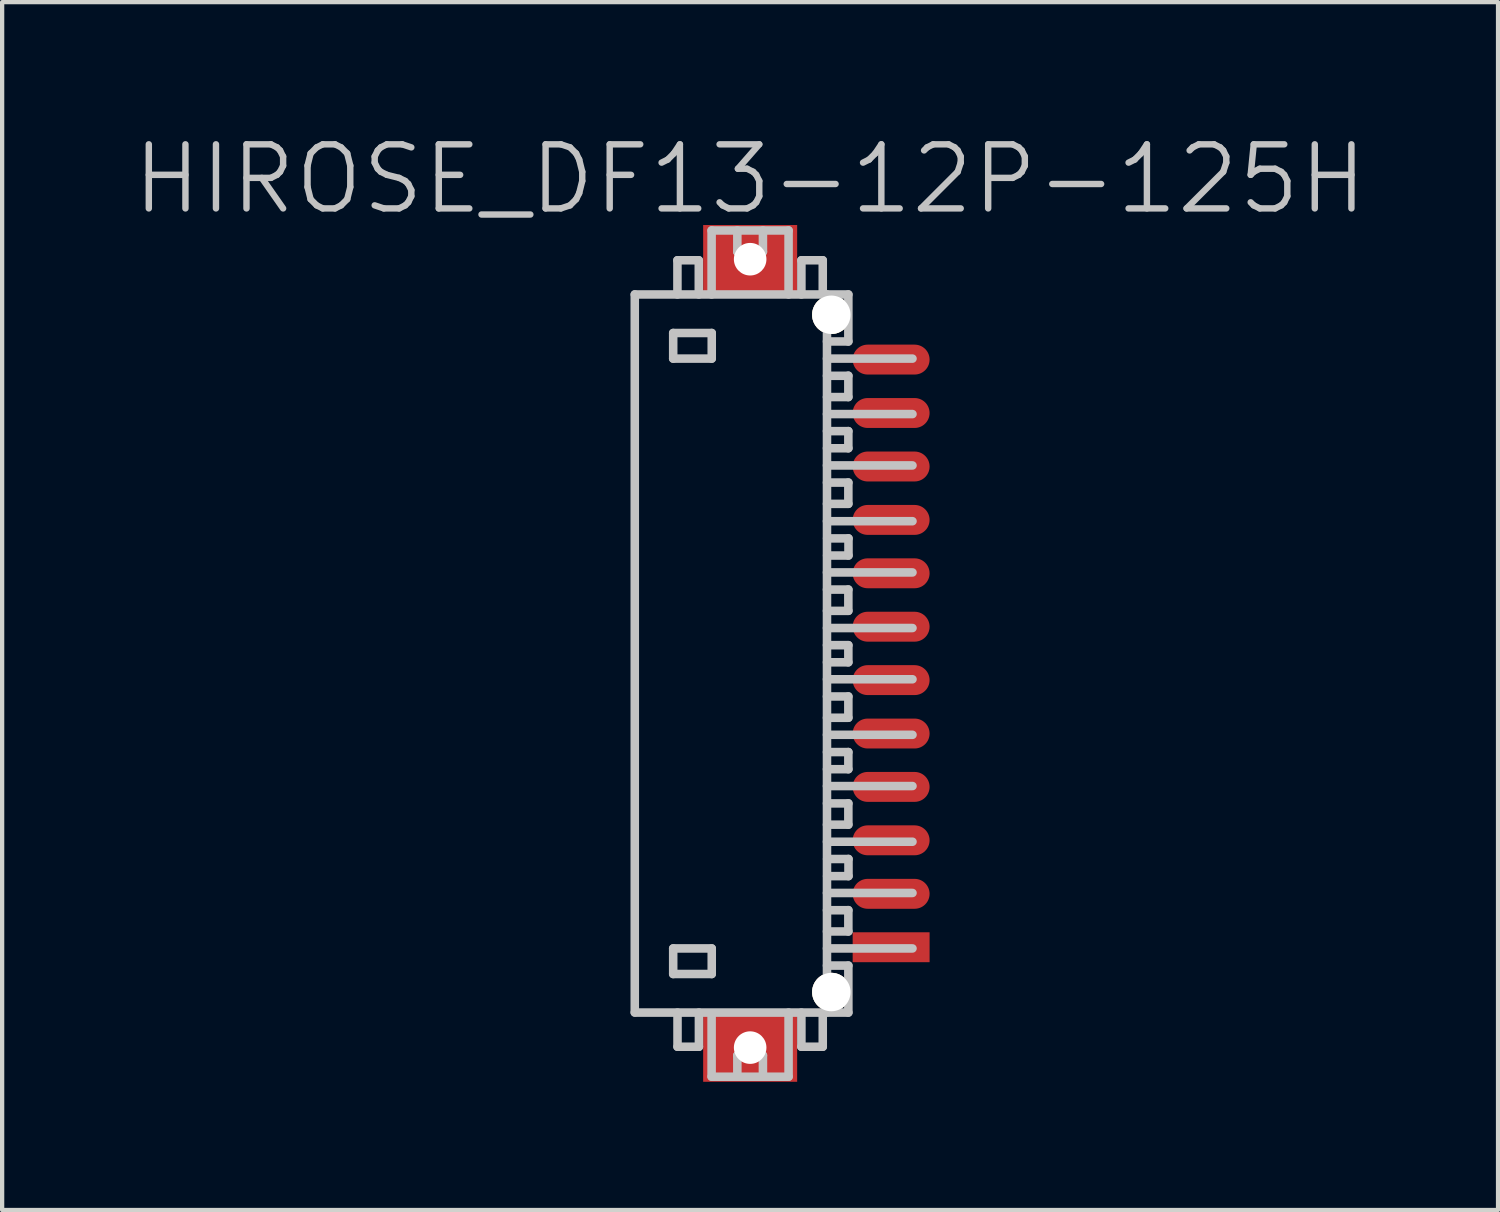
<source format=kicad_pcb>
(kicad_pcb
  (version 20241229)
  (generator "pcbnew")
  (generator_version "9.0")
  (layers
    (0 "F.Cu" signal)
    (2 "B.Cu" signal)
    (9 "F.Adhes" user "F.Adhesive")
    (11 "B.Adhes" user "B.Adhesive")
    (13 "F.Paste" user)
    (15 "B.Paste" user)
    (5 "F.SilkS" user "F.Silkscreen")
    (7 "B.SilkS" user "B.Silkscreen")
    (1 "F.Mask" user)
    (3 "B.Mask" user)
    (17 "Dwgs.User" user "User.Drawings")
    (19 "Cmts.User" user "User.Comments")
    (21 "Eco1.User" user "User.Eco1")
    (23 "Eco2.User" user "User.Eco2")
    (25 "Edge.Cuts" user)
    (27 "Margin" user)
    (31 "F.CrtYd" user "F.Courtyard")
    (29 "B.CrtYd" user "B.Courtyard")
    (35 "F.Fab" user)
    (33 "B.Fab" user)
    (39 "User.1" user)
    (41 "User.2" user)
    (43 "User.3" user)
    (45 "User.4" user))
  (footprint "HIROSE_DF13-12P-125H"
    (layer "F.Cu")
    (at 14.504 12.241)
    (property "Reference" "HIROSE_DF13-12P-125H" (at 0 -11.1 180) (layer "Dwgs.User") (effects (font (size 1.5 1.5) (thickness 0.15))))
    (attr smd)
    (fp_line (start -2.699 -8.4) (end 2.299 -8.4) (stroke (width 0.2) (type solid)) (layer "Dwgs.User"))
    (fp_line (start -2.699 8.4) (end -2.699 -8.4) (stroke (width 0.2) (type solid)) (layer "Dwgs.User"))
    (fp_line (start -1.8 -7.498) (end -1.8 -6.899) (stroke (width 0.2) (type solid)) (layer "Dwgs.User"))
    (fp_line (start -1.8 -6.899) (end -0.898 -6.899) (stroke (width 0.2) (type solid)) (layer "Dwgs.User"))
    (fp_line (start -1.8 6.904) (end -0.898 6.904) (stroke (width 0.2) (type solid)) (layer "Dwgs.User"))
    (fp_line (start -1.8 7.503) (end -1.8 6.904) (stroke (width 0.2) (type solid)) (layer "Dwgs.User"))
    (fp_line (start -1.701 -9.2) (end -1.701 -8.4) (stroke (width 0.2) (type solid)) (layer "Dwgs.User"))
    (fp_line (start -1.699 9.205) (end -1.699 8.405) (stroke (width 0.2) (type solid)) (layer "Dwgs.User"))
    (fp_line (start -1.201 -9.2) (end -1.701 -9.2) (stroke (width 0.2) (type solid)) (layer "Dwgs.User"))
    (fp_line (start -1.201 -8.4) (end -1.201 -9.2) (stroke (width 0.2) (type solid)) (layer "Dwgs.User"))
    (fp_line (start -1.198 8.405) (end -1.198 9.205) (stroke (width 0.2) (type solid)) (layer "Dwgs.User"))
    (fp_line (start -1.198 9.205) (end -1.699 9.205) (stroke (width 0.2) (type solid)) (layer "Dwgs.User"))
    (fp_line (start -0.901 -9.898) (end -0.901 -8.4) (stroke (width 0.2) (type solid)) (layer "Dwgs.User"))
    (fp_line (start -0.901 9.903) (end -0.901 8.504) (stroke (width 0.2) (type solid)) (layer "Dwgs.User"))
    (fp_line (start -0.898 -7.498) (end -1.8 -7.498) (stroke (width 0.2) (type solid)) (layer "Dwgs.User"))
    (fp_line (start -0.898 -6.899) (end -0.898 -7.498) (stroke (width 0.2) (type solid)) (layer "Dwgs.User"))
    (fp_line (start -0.898 6.904) (end -0.898 7.503) (stroke (width 0.2) (type solid)) (layer "Dwgs.User"))
    (fp_line (start -0.898 7.503) (end -1.8 7.503) (stroke (width 0.2) (type solid)) (layer "Dwgs.User"))
    (fp_line (start -0.299 -9.398) (end -0.299 -9.898) (stroke (width 0.2) (type solid)) (layer "Dwgs.User"))
    (fp_line (start -0.299 -9.398) (end 0.3 -9.398) (stroke (width 0.2) (type solid)) (layer "Dwgs.User"))
    (fp_line (start -0.299 9.406) (end 0.3 9.406) (stroke (width 0.2) (type solid)) (layer "Dwgs.User"))
    (fp_line (start -0.299 9.906) (end -0.299 9.406) (stroke (width 0.2) (type solid)) (layer "Dwgs.User"))
    (fp_line (start 0.3 -9.398) (end 0.3 -9.898) (stroke (width 0.2) (type solid)) (layer "Dwgs.User"))
    (fp_line (start 0.3 9.906) (end 0.3 9.406) (stroke (width 0.2) (type solid)) (layer "Dwgs.User"))
    (fp_line (start 0.9 -9.898) (end -0.901 -9.898) (stroke (width 0.2) (type solid)) (layer "Dwgs.User"))
    (fp_line (start 0.9 -8.4) (end 0.9 -9.898) (stroke (width 0.2) (type solid)) (layer "Dwgs.User"))
    (fp_line (start 0.9 9.903) (end 0.9 8.405) (stroke (width 0.2) (type solid)) (layer "Dwgs.User"))
    (fp_line (start 0.9 9.906) (end -0.901 9.906) (stroke (width 0.2) (type solid)) (layer "Dwgs.User"))
    (fp_line (start 1.2 -8.4) (end 1.2 -9.2) (stroke (width 0.2) (type solid)) (layer "Dwgs.User"))
    (fp_line (start 1.2 9.205) (end 1.2 8.405) (stroke (width 0.2) (type solid)) (layer "Dwgs.User"))
    (fp_line (start 1.7 -9.2) (end 1.2 -9.2) (stroke (width 0.2) (type solid)) (layer "Dwgs.User"))
    (fp_line (start 1.7 -9.2) (end 1.7 -8.4) (stroke (width 0.2) (type solid)) (layer "Dwgs.User"))
    (fp_line (start 1.7 8.405) (end 1.7 9.205) (stroke (width 0.2) (type solid)) (layer "Dwgs.User"))
    (fp_line (start 1.7 9.205) (end 1.2 9.205) (stroke (width 0.2) (type solid)) (layer "Dwgs.User"))
    (fp_line (start 1.799 -6.497) (end 2.299 -6.497) (stroke (width 0.2) (type solid)) (layer "Dwgs.User"))
    (fp_line (start 1.799 -5.601) (end 3.8 -5.601) (stroke (width 0.2) (type solid)) (layer "Dwgs.User"))
    (fp_line (start 1.799 -4.399) (end 3.8 -4.399) (stroke (width 0.2) (type solid)) (layer "Dwgs.User"))
    (fp_line (start 1.799 -3.998) (end 2.299 -3.998) (stroke (width 0.2) (type solid)) (layer "Dwgs.User"))
    (fp_line (start 1.799 -3.094) (end 3.8 -3.094) (stroke (width 0.2) (type solid)) (layer "Dwgs.User"))
    (fp_line (start 1.799 -1.895) (end 3.8 -1.895) (stroke (width 0.2) (type solid)) (layer "Dwgs.User"))
    (fp_line (start 1.799 -1.494) (end 2.299 -1.494) (stroke (width 0.2) (type solid)) (layer "Dwgs.User"))
    (fp_line (start 1.799 -0.594) (end 3.8 -0.594) (stroke (width 0.2) (type solid)) (layer "Dwgs.User"))
    (fp_line (start 1.799 0.605) (end 3.8 0.605) (stroke (width 0.2) (type solid)) (layer "Dwgs.User"))
    (fp_line (start 1.799 1.008) (end 2.299 1.008) (stroke (width 0.2) (type solid)) (layer "Dwgs.User"))
    (fp_line (start 1.799 1.905) (end 3.8 1.905) (stroke (width 0.2) (type solid)) (layer "Dwgs.User"))
    (fp_line (start 1.799 3.104) (end 3.8 3.104) (stroke (width 0.2) (type solid)) (layer "Dwgs.User"))
    (fp_line (start 1.799 3.51) (end 2.299 3.51) (stroke (width 0.2) (type solid)) (layer "Dwgs.User"))
    (fp_line (start 1.799 4.407) (end 3.8 4.407) (stroke (width 0.2) (type solid)) (layer "Dwgs.User"))
    (fp_line (start 1.799 5.606) (end 3.8 5.606) (stroke (width 0.2) (type solid)) (layer "Dwgs.User"))
    (fp_line (start 1.799 6.01) (end 2.299 6.01) (stroke (width 0.2) (type solid)) (layer "Dwgs.User"))
    (fp_line (start 1.799 6.904) (end 3.8 6.904) (stroke (width 0.2) (type solid)) (layer "Dwgs.User"))
    (fp_line (start 1.799 8.4) (end 1.799 -8.4) (stroke (width 0.2) (type solid)) (layer "Dwgs.User"))
    (fp_line (start 2.299 -7.3) (end 1.799 -7.3) (stroke (width 0.2) (type solid)) (layer "Dwgs.User"))
    (fp_line (start 2.299 -7.3) (end 2.299 -8.4) (stroke (width 0.2) (type solid)) (layer "Dwgs.User"))
    (fp_line (start 2.299 -6.5) (end 2.299 -5.999) (stroke (width 0.2) (type solid)) (layer "Dwgs.User"))
    (fp_line (start 2.299 -5.999) (end 1.799 -5.999) (stroke (width 0.2) (type solid)) (layer "Dwgs.User"))
    (fp_line (start 2.299 -5.202) (end 1.799 -5.202) (stroke (width 0.2) (type solid)) (layer "Dwgs.User"))
    (fp_line (start 2.299 -4.801) (end 1.799 -4.801) (stroke (width 0.2) (type solid)) (layer "Dwgs.User"))
    (fp_line (start 2.299 -4.801) (end 2.299 -5.202) (stroke (width 0.2) (type solid)) (layer "Dwgs.User"))
    (fp_line (start 2.299 -4) (end 2.299 -3.5) (stroke (width 0.2) (type solid)) (layer "Dwgs.User"))
    (fp_line (start 2.299 -3.5) (end 1.799 -3.5) (stroke (width 0.2) (type solid)) (layer "Dwgs.User"))
    (fp_line (start 2.299 -1.496) (end 2.299 -0.996) (stroke (width 0.2) (type solid)) (layer "Dwgs.User"))
    (fp_line (start 2.299 -0.996) (end 1.799 -0.996) (stroke (width 0.2) (type solid)) (layer "Dwgs.User"))
    (fp_line (start 2.299 -0.193) (end 1.799 -0.193) (stroke (width 0.2) (type solid)) (layer "Dwgs.User"))
    (fp_line (start 2.299 0.208) (end 1.799 0.208) (stroke (width 0.2) (type solid)) (layer "Dwgs.User"))
    (fp_line (start 2.299 0.208) (end 2.299 -0.193) (stroke (width 0.2) (type solid)) (layer "Dwgs.User"))
    (fp_line (start 2.299 1.006) (end 2.299 1.506) (stroke (width 0.2) (type solid)) (layer "Dwgs.User"))
    (fp_line (start 2.299 1.506) (end 1.799 1.506) (stroke (width 0.2) (type solid)) (layer "Dwgs.User"))
    (fp_line (start 2.299 2.309) (end 1.799 2.309) (stroke (width 0.2) (type solid)) (layer "Dwgs.User"))
    (fp_line (start 2.299 2.71) (end 1.799 2.71) (stroke (width 0.2) (type solid)) (layer "Dwgs.User"))
    (fp_line (start 2.299 2.71) (end 2.299 2.309) (stroke (width 0.2) (type solid)) (layer "Dwgs.User"))
    (fp_line (start 2.299 3.508) (end 2.299 4.008) (stroke (width 0.2) (type solid)) (layer "Dwgs.User"))
    (fp_line (start 2.299 4.008) (end 1.799 4.008) (stroke (width 0.2) (type solid)) (layer "Dwgs.User"))
    (fp_line (start 2.299 6.007) (end 2.299 6.507) (stroke (width 0.2) (type solid)) (layer "Dwgs.User"))
    (fp_line (start 2.299 6.507) (end 1.799 6.507) (stroke (width 0.2) (type solid)) (layer "Dwgs.User"))
    (fp_line (start 2.299 7.305) (end 1.799 7.305) (stroke (width 0.2) (type solid)) (layer "Dwgs.User"))
    (fp_line (start 2.299 8.405) (end -2.699 8.405) (stroke (width 0.2) (type solid)) (layer "Dwgs.User"))
    (fp_line (start 2.299 8.405) (end 2.299 7.305) (stroke (width 0.2) (type solid)) (layer "Dwgs.User"))
    (fp_line (start 2.302 -2.692) (end 1.802 -2.692) (stroke (width 0.2) (type solid)) (layer "Dwgs.User"))
    (fp_line (start 2.302 -2.291) (end 1.802 -2.291) (stroke (width 0.2) (type solid)) (layer "Dwgs.User"))
    (fp_line (start 2.302 -2.291) (end 2.302 -2.692) (stroke (width 0.2) (type solid)) (layer "Dwgs.User"))
    (fp_line (start 2.302 4.811) (end 1.802 4.811) (stroke (width 0.2) (type solid)) (layer "Dwgs.User"))
    (fp_line (start 2.302 5.212) (end 1.802 5.212) (stroke (width 0.2) (type solid)) (layer "Dwgs.User"))
    (fp_line (start 2.302 5.212) (end 2.302 4.811) (stroke (width 0.2) (type solid)) (layer "Dwgs.User"))
    (fp_line (start 3.8 -6.899) (end 1.799 -6.899) (stroke (width 0.2) (type solid)) (layer "Dwgs.User"))
    (pad "" np_thru_hole rect (at 0.001 -9.225 270) (size 1.6 2.2) (drill 0.762) (layers "F.Cu" "F.Mask" "F.Paste"))
    (pad "" np_thru_hole rect (at 0.001 9.225 270) (size 1.6 2.2) (drill 0.762) (layers "F.Cu" "F.Mask" "F.Paste"))
    (pad "" np_thru_hole circle (at 1.901 -7.925 270) (size 0.9 0.9) (drill 0.899) (layers "*.Cu" "*.Mask" "F.SilkS"))
    (pad "" np_thru_hole circle (at 1.901 7.925 270) (size 0.9 0.9) (drill 0.899) (layers "*.Cu" "*.Mask" "F.SilkS"))
    (pad "1" smd rect (at 3.3 6.876 270) (size 0.7 1.8) (layers "F.Cu" "F.Mask" "F.Paste"))
    (pad "2" smd oval (at 3.3 5.626 270) (size 0.7 1.8) (layers "F.Cu" "F.Mask" "F.Paste"))
    (pad "3" smd oval (at 3.3 4.374 270) (size 0.7 1.8) (layers "F.Cu" "F.Mask" "F.Paste"))
    (pad "4" smd oval (at 3.3 3.124 270) (size 0.7 1.8) (layers "F.Cu" "F.Mask" "F.Paste"))
    (pad "5" smd oval (at 3.3 1.875 270) (size 0.7 1.8) (layers "F.Cu" "F.Mask" "F.Paste"))
    (pad "6" smd oval (at 3.3 0.625 270) (size 0.7 1.8) (layers "F.Cu" "F.Mask" "F.Paste"))
    (pad "7" smd oval (at 3.3 -0.625 270) (size 0.7 1.8) (layers "F.Cu" "F.Mask" "F.Paste"))
    (pad "8" smd oval (at 3.3 -1.875 270) (size 0.7 1.8) (layers "F.Cu" "F.Mask" "F.Paste"))
    (pad "9" smd oval (at 3.3 -3.124 270) (size 0.7 1.8) (layers "F.Cu" "F.Mask" "F.Paste"))
    (pad "10" smd oval (at 3.3 -4.374 270) (size 0.7 1.8) (layers "F.Cu" "F.Mask" "F.Paste"))
    (pad "11" smd oval (at 3.3 -5.626 270) (size 0.7 1.8) (layers "F.Cu" "F.Mask" "F.Paste"))
    (pad "12" smd oval (at 3.3 -6.876 270) (size 0.7 1.8) (layers "F.Cu" "F.Mask" "F.Paste")))
  (gr_rect
    (start -3 -3)
    (end 32.007 25.266)
    (stroke (width 0.1) (type default))
    (fill no)
    (layer "Edge.Cuts")))
</source>
